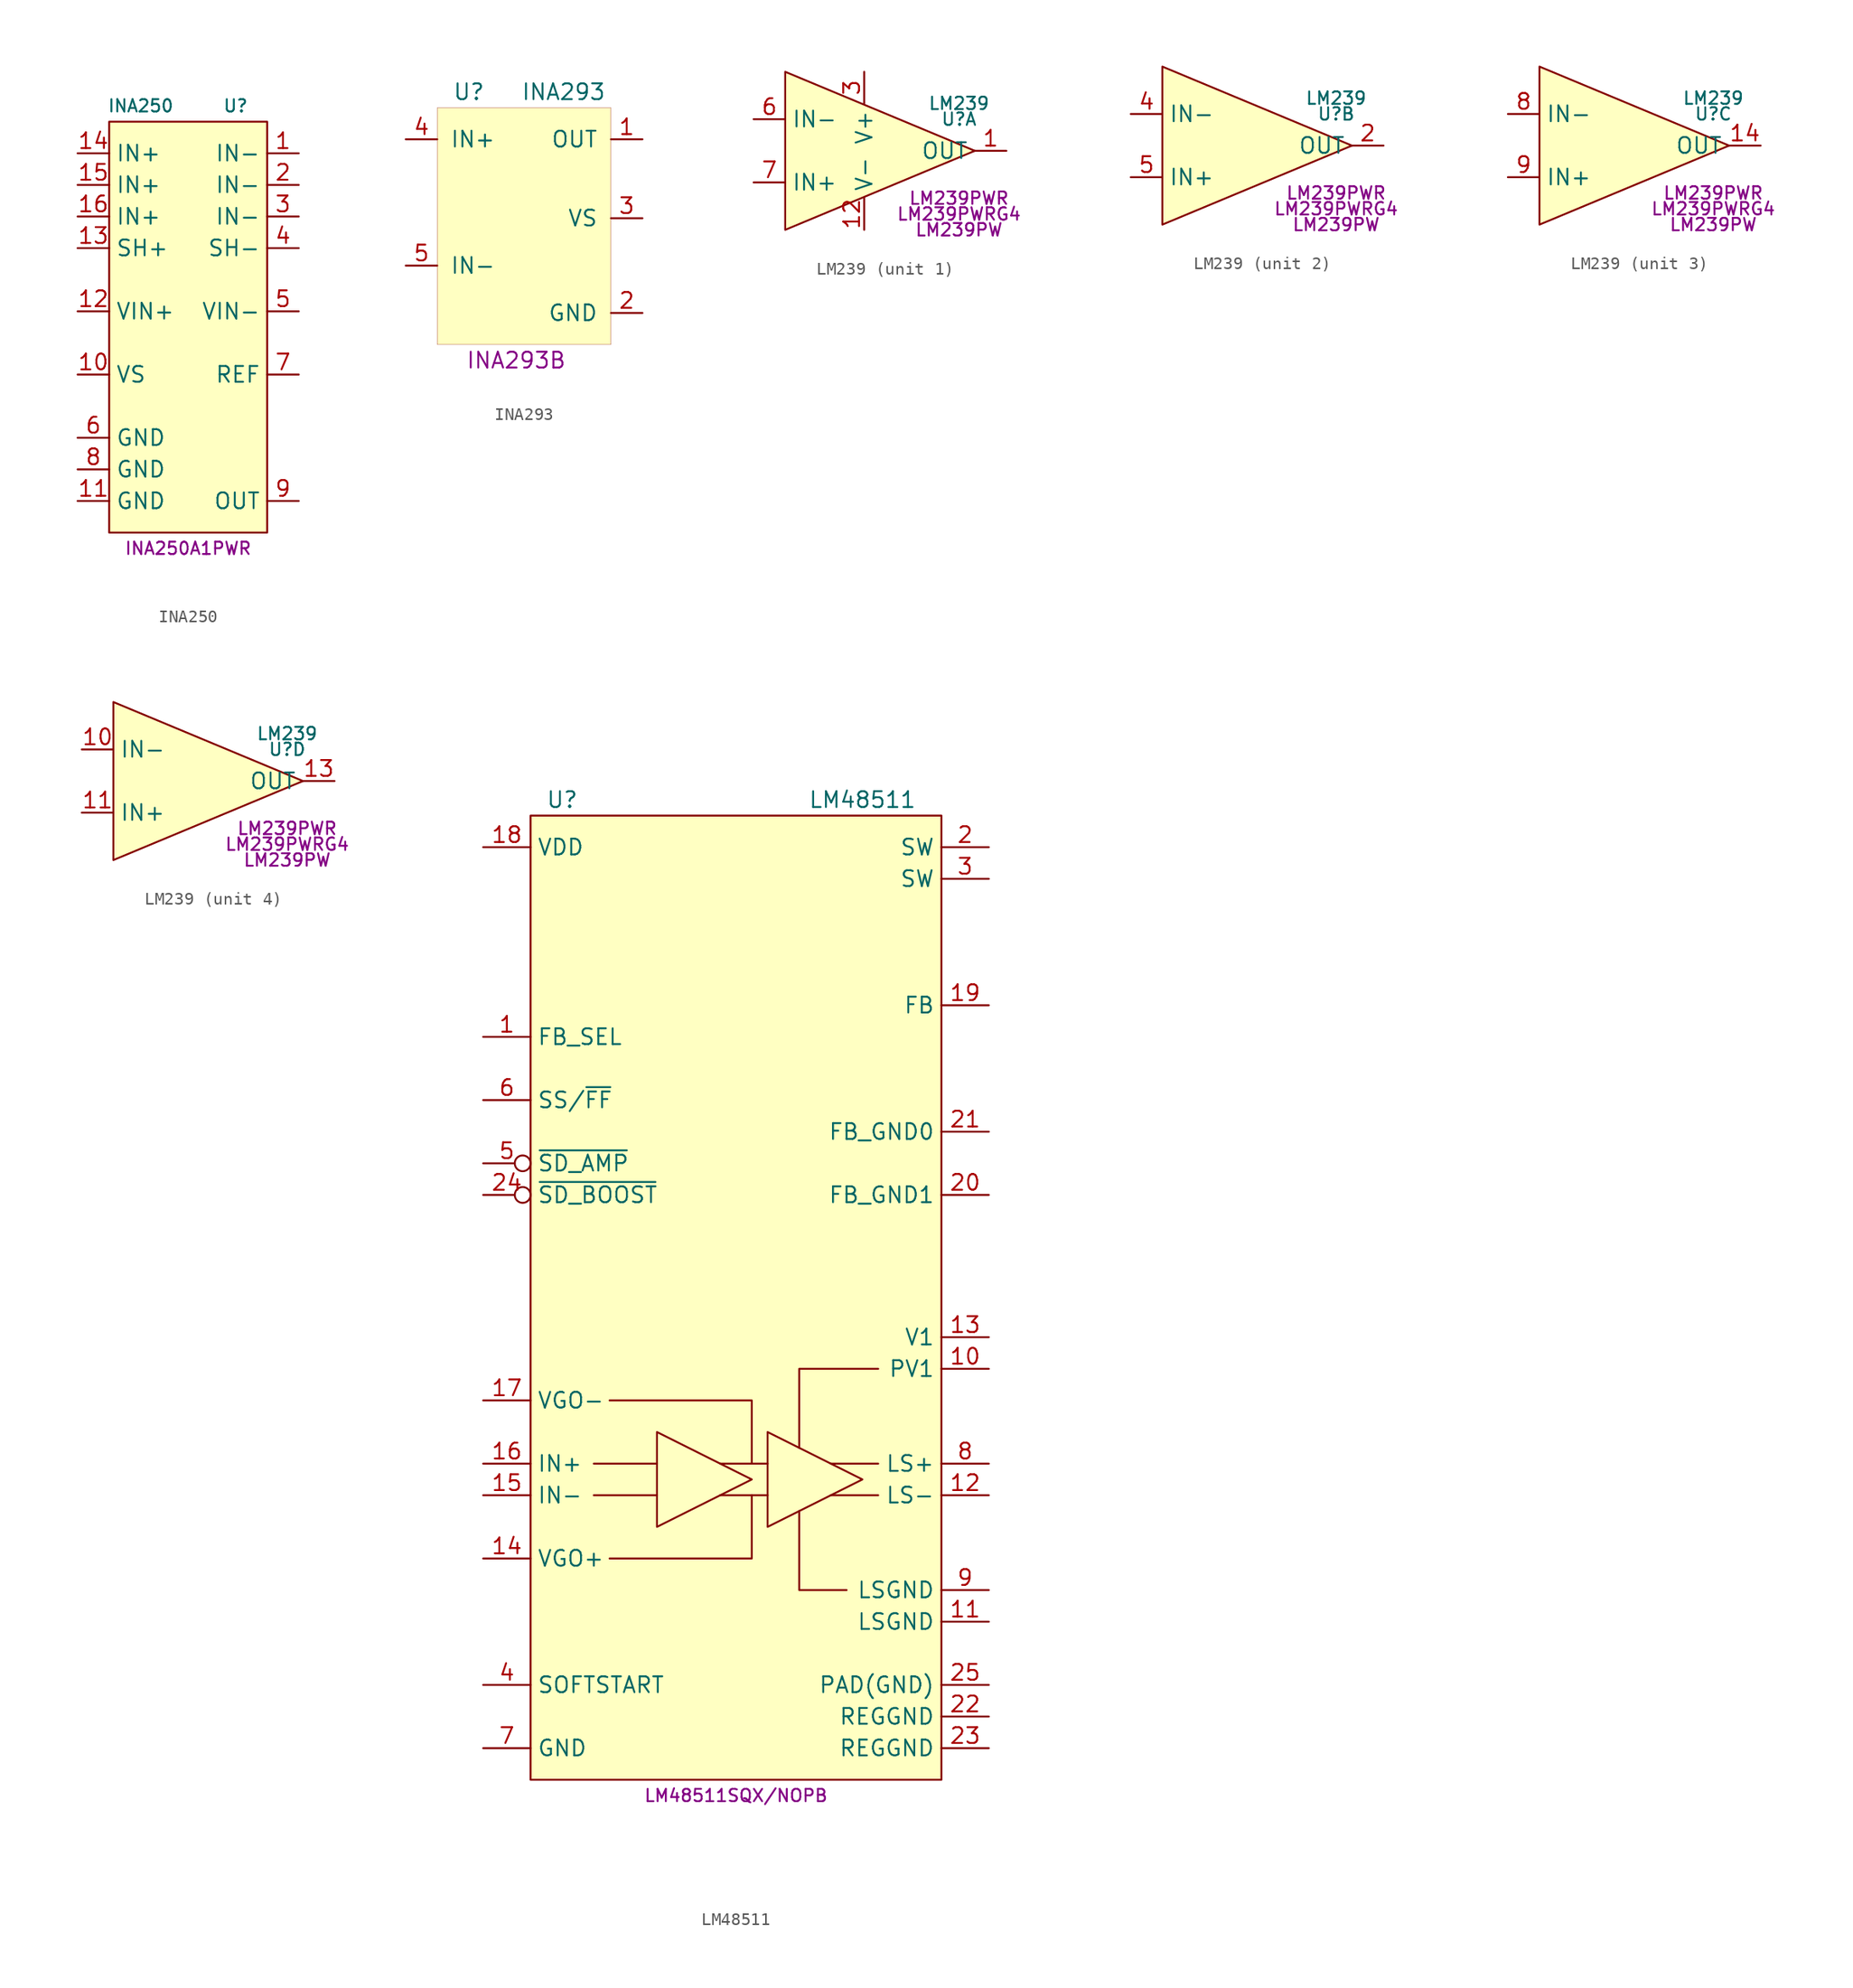
<source format=kicad_sym>
(kicad_symbol_lib
  (version 20231120)
  (generator "kicad_symbol_editor")
  (generator_version "8.0")
  (symbol "INA250"
    (property "Reference" "U"
      (at 3.81 16.51 0)
      (effects (font (size 0.991 0.991))))
    (property "Value" "INA250"
      (at -3.81 16.51 0)
      (effects (font (size 0.991 0.991))))
    (property "MPN" "INA250A1PWR"
      (at 0 -19.05 0)
      (effects (font (size 0.991 0.991))))
    (symbol "INA250_0_1"
      (rectangle (start -6.35 15.24) (end 6.35 -17.78) (stroke (width 0) (type default)) (fill (type background))))
    (symbol "INA250_1_1"
      (pin power_out line (at 8.89 12.7 180) (length 2.54) (name "IN-" (effects (font (size 1.27 1.27)))) (number "1" (effects (font (size 1.27 1.27)))))
      (pin power_in line (at -8.89 -5.08 0) (length 2.54) (name "VS" (effects (font (size 1.27 1.27)))) (number "10" (effects (font (size 1.27 1.27)))))
      (pin power_in line (at -8.89 -15.24 0) (length 2.54) (name "GND" (effects (font (size 1.27 1.27)))) (number "11" (effects (font (size 1.27 1.27)))))
      (pin input line (at -8.89 0 0) (length 2.54) (name "VIN+" (effects (font (size 1.27 1.27)))) (number "12" (effects (font (size 1.27 1.27)))))
      (pin output line (at -8.89 5.08 0) (length 2.54) (name "SH+" (effects (font (size 1.27 1.27)))) (number "13" (effects (font (size 1.27 1.27)))))
      (pin power_in line (at -8.89 12.7 0) (length 2.54) (name "IN+" (effects (font (size 1.27 1.27)))) (number "14" (effects (font (size 1.27 1.27)))))
      (pin power_in line (at -8.89 10.16 0) (length 2.54) (name "IN+" (effects (font (size 1.27 1.27)))) (number "15" (effects (font (size 1.27 1.27)))))
      (pin power_in line (at -8.89 7.62 0) (length 2.54) (name "IN+" (effects (font (size 1.27 1.27)))) (number "16" (effects (font (size 1.27 1.27)))))
      (pin power_out line (at 8.89 10.16 180) (length 2.54) (name "IN-" (effects (font (size 1.27 1.27)))) (number "2" (effects (font (size 1.27 1.27)))))
      (pin power_out line (at 8.89 7.62 180) (length 2.54) (name "IN-" (effects (font (size 1.27 1.27)))) (number "3" (effects (font (size 1.27 1.27)))))
      (pin output line (at 8.89 5.08 180) (length 2.54) (name "SH-" (effects (font (size 1.27 1.27)))) (number "4" (effects (font (size 1.27 1.27)))))
      (pin input line (at 8.89 0 180) (length 2.54) (name "VIN-" (effects (font (size 1.27 1.27)))) (number "5" (effects (font (size 1.27 1.27)))))
      (pin power_in line (at -8.89 -10.16 0) (length 2.54) (name "GND" (effects (font (size 1.27 1.27)))) (number "6" (effects (font (size 1.27 1.27)))))
      (pin input line (at 8.89 -5.08 180) (length 2.54) (name "REF" (effects (font (size 1.27 1.27)))) (number "7" (effects (font (size 1.27 1.27)))))
      (pin power_in line (at -8.89 -12.7 0) (length 2.54) (name "GND" (effects (font (size 1.27 1.27)))) (number "8" (effects (font (size 1.27 1.27)))))
      (pin output line (at 8.89 -15.24 180) (length 2.54) (name "OUT" (effects (font (size 1.27 1.27)))) (number "9" (effects (font (size 1.27 1.27)))))))
  (symbol "INA293"
    (pin_names
      (offset 1.016))
    (property "Reference" "U"
      (at -3.81 8.89 0)
      (effects (font (size 1.27 1.27))))
    (property "Value" "INA293"
      (at 3.81 8.89 0)
      (effects (font (size 1.27 1.27))))
    (property "MPN" "INA293B"
      (at 0 -12.7 0)
      (effects (font (size 1.27 1.27))))
    (symbol "INA293_0_1"
      (rectangle (start -6.35 7.62) (end 7.62 -11.43) (stroke (width 0.001) (type default)) (fill (type background))))
    (symbol "INA293_1_1"
      (pin output line (at 10.16 5.08 180) (length 2.54) (name "OUT" (effects (font (size 1.27 1.27)))) (number "1" (effects (font (size 1.27 1.27)))))
      (pin power_in line (at 10.16 -8.89 180) (length 2.54) (name "GND" (effects (font (size 1.27 1.27)))) (number "2" (effects (font (size 1.27 1.27)))))
      (pin power_in line (at 10.16 -1.27 180) (length 2.54) (name "VS" (effects (font (size 1.27 1.27)))) (number "3" (effects (font (size 1.27 1.27)))))
      (pin input line (at -8.89 5.08 0) (length 2.54) (name "IN+" (effects (font (size 1.27 1.27)))) (number "4" (effects (font (size 1.27 1.27)))))
      (pin input line (at -8.89 -5.08 0) (length 2.54) (name "IN-" (effects (font (size 1.27 1.27)))) (number "5" (effects (font (size 1.27 1.27)))))))
  (symbol "LM239"
    (property "Reference" "U"
      (at 7.62 2.54 0)
      (effects (font (size 1 1))))
    (property "Value" "LM239"
      (at 7.62 3.81 0)
      (effects (font (size 1 1))))
    (property "MPN" "LM239PWR"
      (at 7.62 -3.81 0)
      (effects (font (size 1 1))))
    (property "MPN2" "LM239PWRG4"
      (at 7.62 -5.08 0)
      (effects (font (size 1 1))))
    (property "MPN3" "LM239PW"
      (at 7.62 -6.35 0)
      (effects (font (size 1 1))))
    (property "ki_locked" ""
      (at 0 0 0)
      (effects (font (size 1.27 1.27))))
    (symbol "LM239_1_1"
      (polyline (pts (xy -6.35 6.35) (xy -6.35 -6.35) (xy 8.89 0) (xy -6.35 6.35)) (stroke (width 0) (type default)) (fill (type background)))
      (pin output line (at 11.43 0 180) (length 2.54) (name "OUT" (effects (font (size 1.27 1.27)))) (number "1" (effects (font (size 1.27 1.27)))))
      (pin power_in line (at 0 -6.35 90) (length 2.54) (name "V-" (effects (font (size 1.27 1.27)))) (number "12" (effects (font (size 1.27 1.27)))))
      (pin power_in line (at 0 6.35 270) (length 2.54) (name "V+" (effects (font (size 1.27 1.27)))) (number "3" (effects (font (size 1.27 1.27)))))
      (pin passive line (at -8.89 2.54 0) (length 2.54) (name "IN-" (effects (font (size 1.27 1.27)))) (number "6" (effects (font (size 1.27 1.27)))))
      (pin passive line (at -8.89 -2.54 0) (length 2.54) (name "IN+" (effects (font (size 1.27 1.27)))) (number "7" (effects (font (size 1.27 1.27))))))
    (symbol "LM239_2_1"
      (polyline (pts (xy -6.35 6.35) (xy -6.35 -6.35) (xy 8.89 0) (xy -6.35 6.35)) (stroke (width 0) (type default)) (fill (type background)))
      (pin output line (at 11.43 0 180) (length 2.54) (name "OUT" (effects (font (size 1.27 1.27)))) (number "2" (effects (font (size 1.27 1.27)))))
      (pin passive line (at -8.89 2.54 0) (length 2.54) (name "IN-" (effects (font (size 1.27 1.27)))) (number "4" (effects (font (size 1.27 1.27)))))
      (pin passive line (at -8.89 -2.54 0) (length 2.54) (name "IN+" (effects (font (size 1.27 1.27)))) (number "5" (effects (font (size 1.27 1.27))))))
    (symbol "LM239_3_1"
      (polyline (pts (xy -6.35 6.35) (xy -6.35 -6.35) (xy 8.89 0) (xy -6.35 6.35)) (stroke (width 0) (type default)) (fill (type background)))
      (pin output line (at 11.43 0 180) (length 2.54) (name "OUT" (effects (font (size 1.27 1.27)))) (number "14" (effects (font (size 1.27 1.27)))))
      (pin passive line (at -8.89 2.54 0) (length 2.54) (name "IN-" (effects (font (size 1.27 1.27)))) (number "8" (effects (font (size 1.27 1.27)))))
      (pin passive line (at -8.89 -2.54 0) (length 2.54) (name "IN+" (effects (font (size 1.27 1.27)))) (number "9" (effects (font (size 1.27 1.27))))))
    (symbol "LM239_4_1"
      (polyline (pts (xy -6.35 6.35) (xy -6.35 -6.35) (xy 8.89 0) (xy -6.35 6.35)) (stroke (width 0) (type default)) (fill (type background)))
      (pin passive line (at -8.89 2.54 0) (length 2.54) (name "IN-" (effects (font (size 1.27 1.27)))) (number "10" (effects (font (size 1.27 1.27)))))
      (pin passive line (at -8.89 -2.54 0) (length 2.54) (name "IN+" (effects (font (size 1.27 1.27)))) (number "11" (effects (font (size 1.27 1.27)))))
      (pin output line (at 11.43 0 180) (length 2.54) (name "OUT" (effects (font (size 1.27 1.27)))) (number "13" (effects (font (size 1.27 1.27)))))))
  (symbol "LM48511"
    (property "Reference" "U"
      (at -13.97 40.64 0)
      (effects (font (size 1.27 1.27))))
    (property "Value" "LM48511"
      (at 10.16 40.64 0)
      (effects (font (size 1.27 1.27))))
    (property "MPN" "LM48511SQX/NOPB"
      (at 0 -39.37 0)
      (effects (font (size 0.991 0.991))))
    (symbol "LM48511_0_1"
      (polyline (pts (xy -11.43 -15.24) (xy -6.35 -15.24)) (stroke (width 0) (type default)) (fill (type none)))
      (polyline (pts (xy -11.43 -12.7) (xy -6.35 -12.7)) (stroke (width 0) (type default)) (fill (type none)))
      (polyline (pts (xy -1.27 -15.24) (xy 2.54 -15.24)) (stroke (width 0) (type default)) (fill (type none)))
      (polyline (pts (xy -1.27 -12.7) (xy 2.54 -12.7)) (stroke (width 0) (type default)) (fill (type none)))
      (polyline (pts (xy 7.62 -15.24) (xy 11.43 -15.24)) (stroke (width 0) (type default)) (fill (type none)))
      (polyline (pts (xy 7.62 -12.7) (xy 11.43 -12.7)) (stroke (width 0) (type default)) (fill (type none)))
      (polyline (pts (xy 1.27 -15.24) (xy 1.27 -20.32) (xy -10.16 -20.32)) (stroke (width 0) (type default)) (fill (type none)))
      (polyline (pts (xy 1.27 -12.7) (xy 1.27 -7.62) (xy -10.16 -7.62)) (stroke (width 0) (type default)) (fill (type none)))
      (polyline (pts (xy 8.89 -22.86) (xy 5.08 -22.86) (xy 5.08 -16.51)) (stroke (width 0) (type default)) (fill (type none)))
      (polyline (pts (xy 11.43 -5.08) (xy 5.08 -5.08) (xy 5.08 -11.43)) (stroke (width 0) (type default)) (fill (type none))))
    (symbol "LM48511_1_1"
      (rectangle (start -16.51 39.37) (end 16.51 -38.1) (stroke (width 0) (type default)) (fill (type background)))
      (polyline (pts (xy -6.35 -10.16) (xy -6.35 -17.78) (xy 1.27 -13.97) (xy -6.35 -10.16)) (stroke (width 0) (type default)) (fill (type none)))
      (polyline (pts (xy 2.54 -10.16) (xy 2.54 -17.78) (xy 10.16 -13.97) (xy 2.54 -10.16)) (stroke (width 0) (type default)) (fill (type none)))
      (pin input line (at -20.32 21.59 0) (length 3.81) (name "FB_SEL" (effects (font (size 1.27 1.27)))) (number "1" (effects (font (size 1.27 1.27)))))
      (pin power_in line (at 20.32 -5.08 180) (length 3.81) (name "PV1" (effects (font (size 1.27 1.27)))) (number "10" (effects (font (size 1.27 1.27)))))
      (pin power_in line (at 20.32 -25.4 180) (length 3.81) (name "LSGND" (effects (font (size 1.27 1.27)))) (number "11" (effects (font (size 1.27 1.27)))))
      (pin power_out line (at 20.32 -15.24 180) (length 3.81) (name "LS-" (effects (font (size 1.27 1.27)))) (number "12" (effects (font (size 1.27 1.27)))))
      (pin power_in line (at 20.32 -2.54 180) (length 3.81) (name "V1" (effects (font (size 1.27 1.27)))) (number "13" (effects (font (size 1.27 1.27)))))
      (pin output line (at -20.32 -20.32 0) (length 3.81) (name "VGO+" (effects (font (size 1.27 1.27)))) (number "14" (effects (font (size 1.27 1.27)))))
      (pin input line (at -20.32 -15.24 0) (length 3.81) (name "IN-" (effects (font (size 1.27 1.27)))) (number "15" (effects (font (size 1.27 1.27)))))
      (pin input line (at -20.32 -12.7 0) (length 3.81) (name "IN+" (effects (font (size 1.27 1.27)))) (number "16" (effects (font (size 1.27 1.27)))))
      (pin output line (at -20.32 -7.62 0) (length 3.81) (name "VGO-" (effects (font (size 1.27 1.27)))) (number "17" (effects (font (size 1.27 1.27)))))
      (pin power_in line (at -20.32 36.83 0) (length 3.81) (name "VDD" (effects (font (size 1.27 1.27)))) (number "18" (effects (font (size 1.27 1.27)))))
      (pin input line (at 20.32 24.13 180) (length 3.81) (name "FB" (effects (font (size 1.27 1.27)))) (number "19" (effects (font (size 1.27 1.27)))))
      (pin power_out line (at 20.32 36.83 180) (length 3.81) (name "SW" (effects (font (size 1.27 1.27)))) (number "2" (effects (font (size 1.27 1.27)))))
      (pin passive line (at 20.32 8.89 180) (length 3.81) (name "FB_GND1" (effects (font (size 1.27 1.27)))) (number "20" (effects (font (size 1.27 1.27)))))
      (pin passive line (at 20.32 13.97 180) (length 3.81) (name "FB_GND0" (effects (font (size 1.27 1.27)))) (number "21" (effects (font (size 1.27 1.27)))))
      (pin power_in line (at 20.32 -33.02 180) (length 3.81) (name "REGGND" (effects (font (size 1.27 1.27)))) (number "22" (effects (font (size 1.27 1.27)))))
      (pin power_in line (at 20.32 -35.56 180) (length 3.81) (name "REGGND" (effects (font (size 1.27 1.27)))) (number "23" (effects (font (size 1.27 1.27)))))
      (pin input inverted (at -20.32 8.89 0) (length 3.81) (name "~{SD_BOOST}" (effects (font (size 1.27 1.27)))) (number "24" (effects (font (size 1.27 1.27)))))
      (pin power_in line (at 20.32 -30.48 180) (length 3.81) (name "PAD(GND)" (effects (font (size 1.27 1.27)))) (number "25" (effects (font (size 1.27 1.27)))))
      (pin power_out line (at 20.32 34.29 180) (length 3.81) (name "SW" (effects (font (size 1.27 1.27)))) (number "3" (effects (font (size 1.27 1.27)))))
      (pin passive line (at -20.32 -30.48 0) (length 3.81) (name "SOFTSTART" (effects (font (size 1.27 1.27)))) (number "4" (effects (font (size 1.27 1.27)))))
      (pin input inverted (at -20.32 11.43 0) (length 3.81) (name "~{SD_AMP}" (effects (font (size 1.27 1.27)))) (number "5" (effects (font (size 1.27 1.27)))))
      (pin input line (at -20.32 16.51 0) (length 3.81) (name "SS/~{FF}" (effects (font (size 1.27 1.27)))) (number "6" (effects (font (size 1.27 1.27)))))
      (pin power_in line (at -20.32 -35.56 0) (length 3.81) (name "GND" (effects (font (size 1.27 1.27)))) (number "7" (effects (font (size 1.27 1.27)))))
      (pin power_out line (at 20.32 -12.7 180) (length 3.81) (name "LS+" (effects (font (size 1.27 1.27)))) (number "8" (effects (font (size 1.27 1.27)))))
      (pin power_in line (at 20.32 -22.86 180) (length 3.81) (name "LSGND" (effects (font (size 1.27 1.27)))) (number "9" (effects (font (size 1.27 1.27))))))))
</source>
